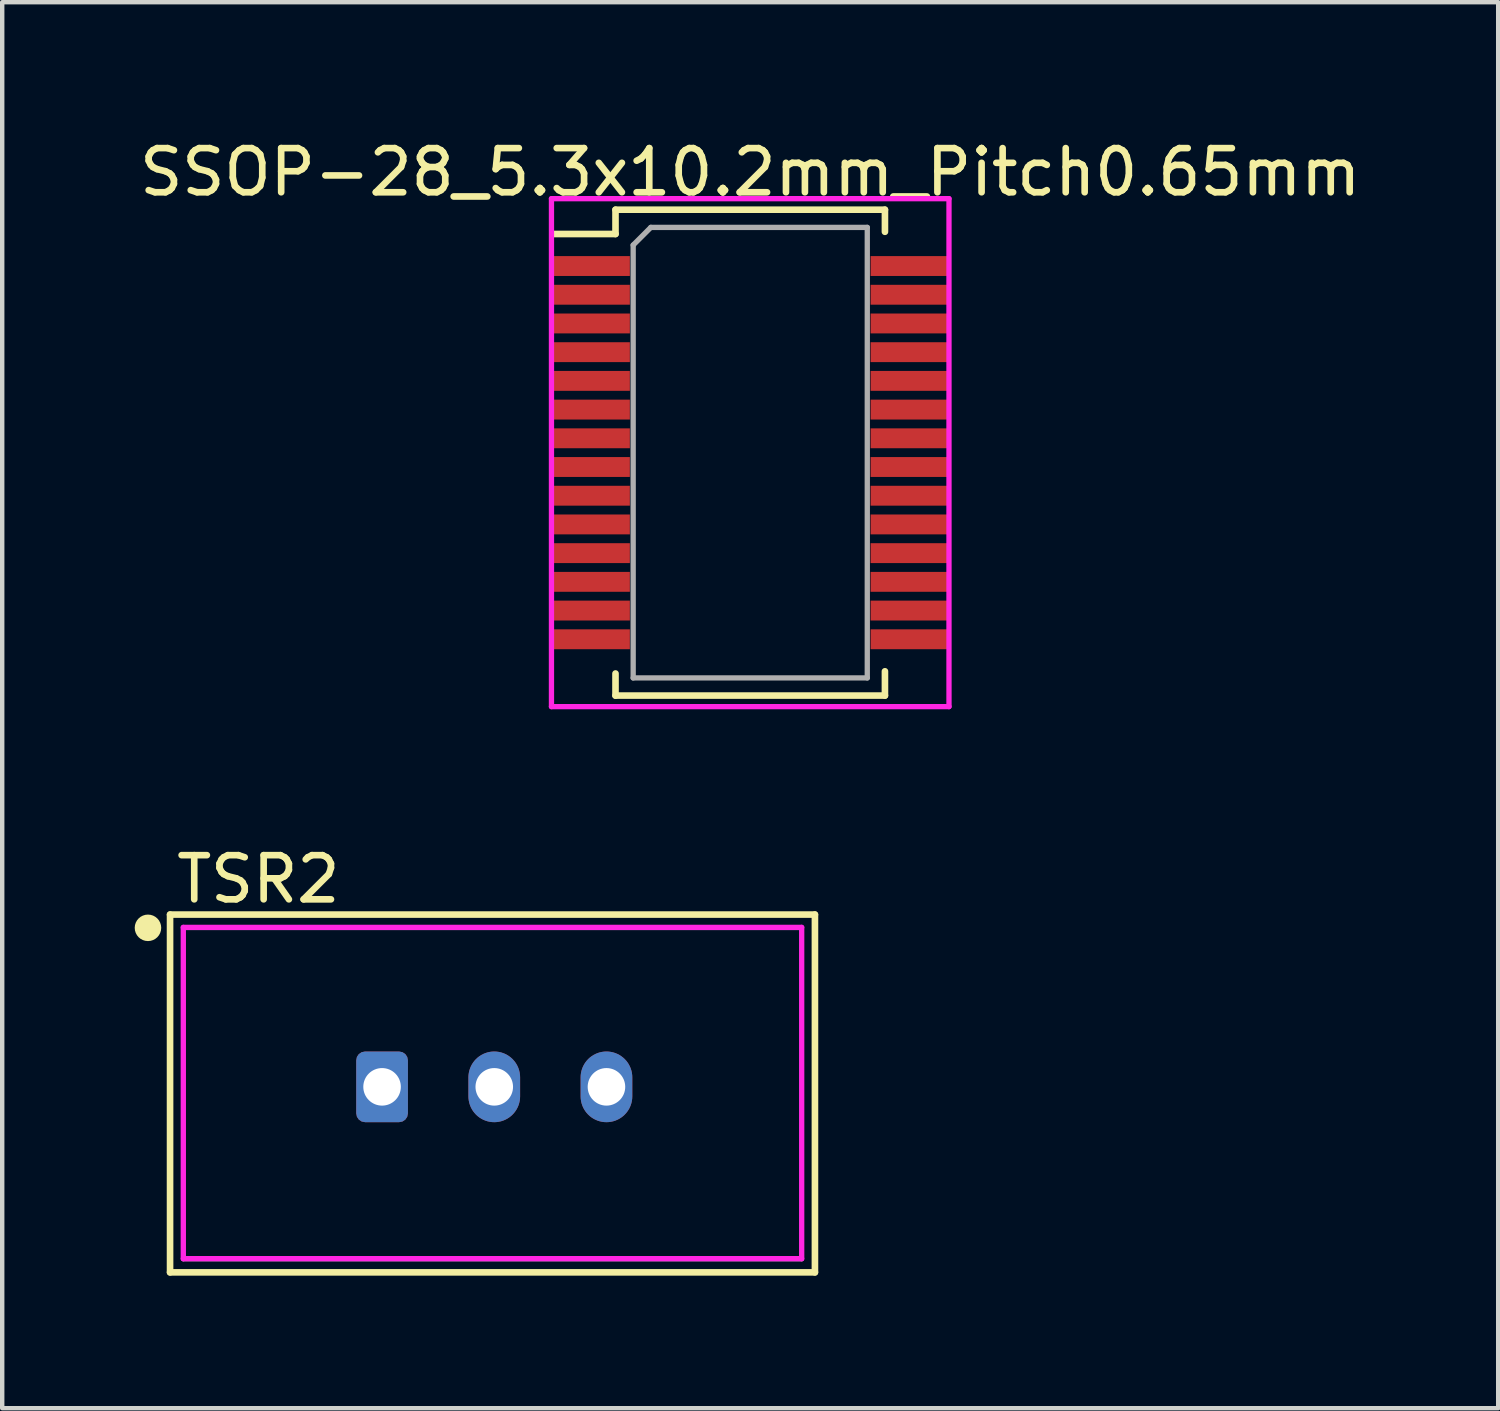
<source format=kicad_pcb>
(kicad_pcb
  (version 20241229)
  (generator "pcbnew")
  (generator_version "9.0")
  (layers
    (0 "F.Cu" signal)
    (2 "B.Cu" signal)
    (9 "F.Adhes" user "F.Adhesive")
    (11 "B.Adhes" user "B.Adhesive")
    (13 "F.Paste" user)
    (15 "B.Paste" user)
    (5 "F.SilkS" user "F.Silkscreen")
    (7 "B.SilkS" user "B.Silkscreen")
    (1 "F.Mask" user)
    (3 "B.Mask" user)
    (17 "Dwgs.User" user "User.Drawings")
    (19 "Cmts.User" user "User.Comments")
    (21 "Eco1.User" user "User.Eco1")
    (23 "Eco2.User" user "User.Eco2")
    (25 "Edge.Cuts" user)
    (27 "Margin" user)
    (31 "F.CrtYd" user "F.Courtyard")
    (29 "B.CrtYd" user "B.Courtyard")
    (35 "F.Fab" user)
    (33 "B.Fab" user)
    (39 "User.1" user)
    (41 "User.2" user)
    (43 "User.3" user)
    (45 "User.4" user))
  (footprint "TSR2"
    (layer "F.Cu")
    (at 5.6 21.556)
    (property "Reference" "TSR2" (at -2.8 -4.7 0) (unlocked yes) (layer "F.SilkS") (effects (font (size 1 1) (thickness 0.15))))
    (attr through_hole)
    (fp_line (start -4.8 -3.9) (end -4.8 4.2) (stroke (width 0.15) (type solid)) (layer "F.SilkS"))
    (fp_line (start -4.8 4.2) (end 9.8 4.2) (stroke (width 0.15) (type solid)) (layer "F.SilkS"))
    (fp_line (start 9.8 -3.9) (end -4.8 -3.9) (stroke (width 0.15) (type solid)) (layer "F.SilkS"))
    (fp_line (start 9.8 4.2) (end 9.8 -3.9) (stroke (width 0.15) (type solid)) (layer "F.SilkS"))
    (fp_circle (center -5.3 -3.6) (end -5.15 -3.6) (stroke (width 0.3) (type solid)) (fill no) (layer "F.SilkS"))
    (fp_line (start -4.5 -3.61) (end -4.5 3.89) (stroke (width 0.12) (type solid)) (layer "F.CrtYd"))
    (fp_line (start -4.5 3.89) (end 9.5 3.89) (stroke (width 0.12) (type solid)) (layer "F.CrtYd"))
    (fp_line (start 9.5 -3.61) (end -4.5 -3.61) (stroke (width 0.12) (type solid)) (layer "F.CrtYd"))
    (fp_line (start 9.5 -3.61) (end 9.5 3.89) (stroke (width 0.12) (type solid)) (layer "F.CrtYd"))
    (fp_line (start -4.5 -3.6) (end 9.5 -3.6) (stroke (width 0.1) (type solid)) (layer "F.Fab"))
    (fp_line (start -4.5 3.9) (end -4.5 -3.6) (stroke (width 0.1) (type solid)) (layer "F.Fab"))
    (fp_line (start 9.5 -3.6) (end 9.5 3.9) (stroke (width 0.1) (type solid)) (layer "F.Fab"))
    (fp_line (start 9.5 3.9) (end -4.5 3.9) (stroke (width 0.1) (type solid)) (layer "F.Fab"))
    (pad "1" thru_hole roundrect (at 0 0) (size 1.17 1.6) (drill 0.85) (layers "*.Cu" "*.Mask") (roundrect_rratio 0.171))
    (pad "2" thru_hole oval (at 2.54 0) (size 1.17 1.6) (drill 0.85) (layers "*.Cu" "*.Mask"))
    (pad "3" thru_hole oval (at 5.08 0) (size 1.17 1.6) (drill 0.85) (layers "*.Cu" "*.Mask")))
  (footprint "SSOP-28_5.3x10.2mm_Pitch0.65mm"
    (layer "F.Cu")
    (at 13.935 7.198)
    (property "Reference" "SSOP-28_5.3x10.2mm_Pitch0.65mm" (at 0 -6.35 0) (layer "F.SilkS") (effects (font (size 1 1) (thickness 0.15))))
    (attr through_hole)
    (fp_line (start -3.05 -5.5) (end -3.05 -4.95) (stroke (width 0.15) (type solid)) (layer "F.SilkS"))
    (fp_line (start -3.05 -5.5) (end 3.05 -5.5) (stroke (width 0.15) (type solid)) (layer "F.SilkS"))
    (fp_line (start -3.05 -4.95) (end -4.45 -4.95) (stroke (width 0.15) (type solid)) (layer "F.SilkS"))
    (fp_line (start -3.05 5.5) (end -3.05 5) (stroke (width 0.15) (type solid)) (layer "F.SilkS"))
    (fp_line (start -3.05 5.5) (end 3.05 5.5) (stroke (width 0.15) (type solid)) (layer "F.SilkS"))
    (fp_line (start 3.05 -5.5) (end 3.05 -5) (stroke (width 0.15) (type solid)) (layer "F.SilkS"))
    (fp_line (start 3.05 5.5) (end 3.05 4.95) (stroke (width 0.15) (type solid)) (layer "F.SilkS"))
    (fp_line (start -4.5 -5.75) (end 4.5 -5.75) (stroke (width 0.12) (type solid)) (layer "F.CrtYd"))
    (fp_line (start -4.5 5.75) (end -4.5 -5.75) (stroke (width 0.12) (type solid)) (layer "F.CrtYd"))
    (fp_line (start -4.5 5.75) (end 4.5 5.75) (stroke (width 0.12) (type solid)) (layer "F.CrtYd"))
    (fp_line (start 4.5 -5.75) (end 4.5 5.75) (stroke (width 0.12) (type solid)) (layer "F.CrtYd"))
    (fp_line (start -2.65 5.1) (end -2.65 -4.7) (stroke (width 0.12) (type solid)) (layer "F.Fab"))
    (fp_line (start -2.65 5.1) (end 2.65 5.1) (stroke (width 0.12) (type solid)) (layer "F.Fab"))
    (fp_line (start -2.25 -5.1) (end -2.65 -4.7) (stroke (width 0.12) (type solid)) (layer "F.Fab"))
    (fp_line (start -2.25 -5.1) (end 2.65 -5.1) (stroke (width 0.12) (type solid)) (layer "F.Fab"))
    (fp_line (start 2.65 5.1) (end 2.65 -5.1) (stroke (width 0.12) (type solid)) (layer "F.Fab"))
    (pad "1" smd rect (at -3.6 -4.225) (size 1.75 0.45) (layers "F.Cu" "F.Mask" "F.Paste"))
    (pad "2" smd rect (at -3.6 -3.575) (size 1.75 0.45) (layers "F.Cu" "F.Mask" "F.Paste"))
    (pad "3" smd rect (at -3.6 -2.925) (size 1.75 0.45) (layers "F.Cu" "F.Mask" "F.Paste"))
    (pad "4" smd rect (at -3.6 -2.275) (size 1.75 0.45) (layers "F.Cu" "F.Mask" "F.Paste"))
    (pad "5" smd rect (at -3.6 -1.625) (size 1.75 0.45) (layers "F.Cu" "F.Mask" "F.Paste"))
    (pad "6" smd rect (at -3.6 -0.975) (size 1.75 0.45) (layers "F.Cu" "F.Mask" "F.Paste"))
    (pad "7" smd rect (at -3.6 -0.325) (size 1.75 0.45) (layers "F.Cu" "F.Mask" "F.Paste"))
    (pad "8" smd rect (at -3.6 0.325) (size 1.75 0.45) (layers "F.Cu" "F.Mask" "F.Paste"))
    (pad "9" smd rect (at -3.6 0.975) (size 1.75 0.45) (layers "F.Cu" "F.Mask" "F.Paste"))
    (pad "10" smd rect (at -3.6 1.625) (size 1.75 0.45) (layers "F.Cu" "F.Mask" "F.Paste"))
    (pad "11" smd rect (at -3.6 2.275) (size 1.75 0.45) (layers "F.Cu" "F.Mask" "F.Paste"))
    (pad "12" smd rect (at -3.6 2.925) (size 1.75 0.45) (layers "F.Cu" "F.Mask" "F.Paste"))
    (pad "13" smd rect (at -3.6 3.575) (size 1.75 0.45) (layers "F.Cu" "F.Mask" "F.Paste"))
    (pad "14" smd rect (at -3.6 4.225) (size 1.75 0.45) (layers "F.Cu" "F.Mask" "F.Paste"))
    (pad "15" smd rect (at 3.6 4.225) (size 1.75 0.45) (layers "F.Cu" "F.Mask" "F.Paste"))
    (pad "16" smd rect (at 3.6 3.575) (size 1.75 0.45) (layers "F.Cu" "F.Mask" "F.Paste"))
    (pad "17" smd rect (at 3.6 2.925) (size 1.75 0.45) (layers "F.Cu" "F.Mask" "F.Paste"))
    (pad "18" smd rect (at 3.6 2.275) (size 1.75 0.45) (layers "F.Cu" "F.Mask" "F.Paste"))
    (pad "19" smd rect (at 3.6 1.625) (size 1.75 0.45) (layers "F.Cu" "F.Mask" "F.Paste"))
    (pad "20" smd rect (at 3.6 0.975) (size 1.75 0.45) (layers "F.Cu" "F.Mask" "F.Paste"))
    (pad "21" smd rect (at 3.6 0.325) (size 1.75 0.45) (layers "F.Cu" "F.Mask" "F.Paste"))
    (pad "22" smd rect (at 3.6 -0.325) (size 1.75 0.45) (layers "F.Cu" "F.Mask" "F.Paste"))
    (pad "23" smd rect (at 3.6 -0.975) (size 1.75 0.45) (layers "F.Cu" "F.Mask" "F.Paste"))
    (pad "24" smd rect (at 3.6 -1.625) (size 1.75 0.45) (layers "F.Cu" "F.Mask" "F.Paste"))
    (pad "25" smd rect (at 3.6 -2.275) (size 1.75 0.45) (layers "F.Cu" "F.Mask" "F.Paste"))
    (pad "26" smd rect (at 3.6 -2.925) (size 1.75 0.45) (layers "F.Cu" "F.Mask" "F.Paste"))
    (pad "27" smd rect (at 3.6 -3.575) (size 1.75 0.45) (layers "F.Cu" "F.Mask" "F.Paste"))
    (pad "28" smd rect (at 3.6 -4.225) (size 1.75 0.45) (layers "F.Cu" "F.Mask" "F.Paste")))
  (gr_rect
    (start -3 -3)
    (end 30.869 28.831)
    (stroke (width 0.1) (type default))
    (fill no)
    (layer "Edge.Cuts")))
</source>
